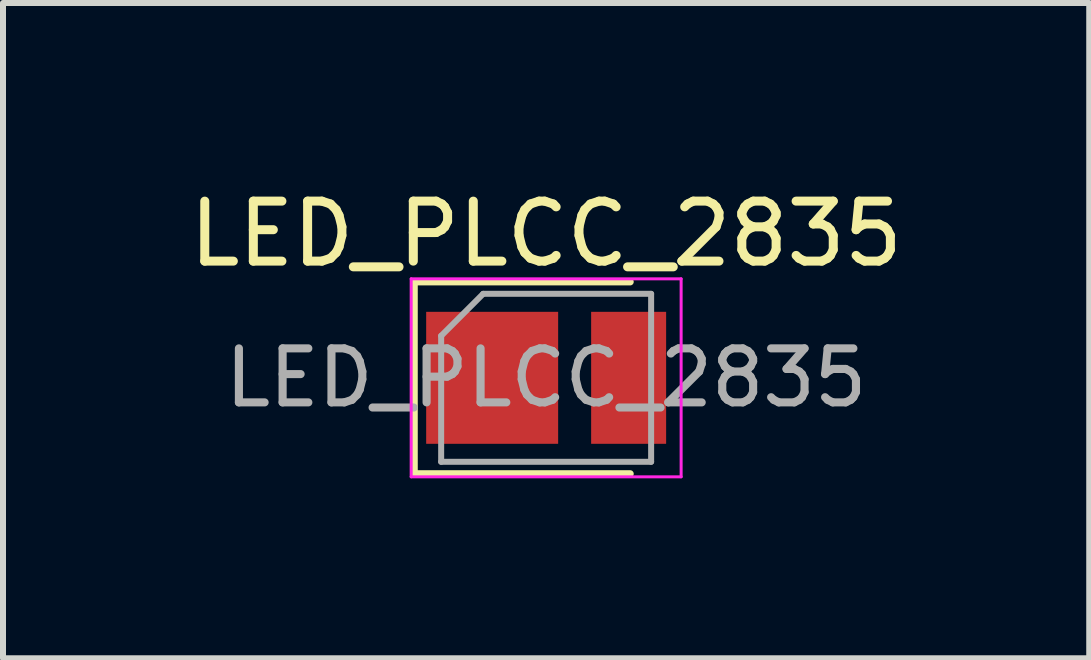
<source format=kicad_pcb>
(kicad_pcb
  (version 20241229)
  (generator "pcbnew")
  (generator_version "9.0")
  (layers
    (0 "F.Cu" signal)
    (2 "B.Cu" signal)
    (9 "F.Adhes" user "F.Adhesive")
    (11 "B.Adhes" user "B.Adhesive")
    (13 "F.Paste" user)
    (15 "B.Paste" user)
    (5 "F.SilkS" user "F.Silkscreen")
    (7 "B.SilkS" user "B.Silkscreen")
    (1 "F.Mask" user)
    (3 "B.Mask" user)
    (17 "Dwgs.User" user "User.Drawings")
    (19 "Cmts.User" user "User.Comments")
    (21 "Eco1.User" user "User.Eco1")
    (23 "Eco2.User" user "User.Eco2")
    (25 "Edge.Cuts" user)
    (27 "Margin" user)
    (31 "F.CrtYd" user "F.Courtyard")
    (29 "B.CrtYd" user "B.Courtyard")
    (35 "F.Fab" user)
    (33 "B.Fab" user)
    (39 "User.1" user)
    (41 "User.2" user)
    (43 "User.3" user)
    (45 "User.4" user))
  (footprint "LED_PLCC_2835"
    (layer "F.Cu")
    (at 6.054 3.248)
    (property "Reference" "LED_PLCC_2835" (at 0 -2.4 0) (layer "F.SilkS") (effects (font (size 1 1) (thickness 0.15))))
    (attr smd)
    (fp_line (start -2.2 -1.6) (end -2.2 1.6) (stroke (width 0.12) (type solid)) (layer "F.SilkS"))
    (fp_line (start 1.4 -1.6) (end -2.2 -1.6) (stroke (width 0.12) (type solid)) (layer "F.SilkS"))
    (fp_line (start 1.4 1.6) (end -2.2 1.6) (stroke (width 0.12) (type solid)) (layer "F.SilkS"))
    (fp_line (start -2.25 -1.65) (end 2.25 -1.65) (stroke (width 0.05) (type solid)) (layer "F.CrtYd"))
    (fp_line (start -2.25 1.65) (end -2.25 -1.65) (stroke (width 0.05) (type solid)) (layer "F.CrtYd"))
    (fp_line (start 2.25 -1.65) (end 2.25 1.65) (stroke (width 0.05) (type solid)) (layer "F.CrtYd"))
    (fp_line (start 2.25 1.65) (end -2.25 1.65) (stroke (width 0.05) (type solid)) (layer "F.CrtYd"))
    (fp_line (start -1.75 1.4) (end -1.75 -0.7) (stroke (width 0.1) (type solid)) (layer "F.Fab"))
    (fp_line (start -1.05 -1.4) (end -1.75 -0.7) (stroke (width 0.1) (type solid)) (layer "F.Fab"))
    (fp_line (start -1.05 -1.4) (end 1.75 -1.4) (stroke (width 0.1) (type solid)) (layer "F.Fab"))
    (fp_line (start 1.75 -1.4) (end 1.75 1.4) (stroke (width 0.1) (type solid)) (layer "F.Fab"))
    (fp_line (start 1.75 1.4) (end -1.75 1.4) (stroke (width 0.1) (type solid)) (layer "F.Fab"))
    (fp_text user "${REFERENCE}" (at 0 0 0) (layer "F.Fab") (effects (font (size 0.9 0.9) (thickness 0.135))))
    (pad "1" smd rect (at -0.9 0) (size 2.2 2.2) (layers "F.Cu" "F.Mask" "F.Paste"))
    (pad "2" smd rect (at 1.375 0) (size 1.25 2.2) (layers "F.Cu" "F.Mask" "F.Paste")))
  (gr_rect
    (start -3 -3)
    (end 15.107 7.923)
    (stroke (width 0.1) (type default))
    (fill no)
    (layer "Edge.Cuts")))
</source>
